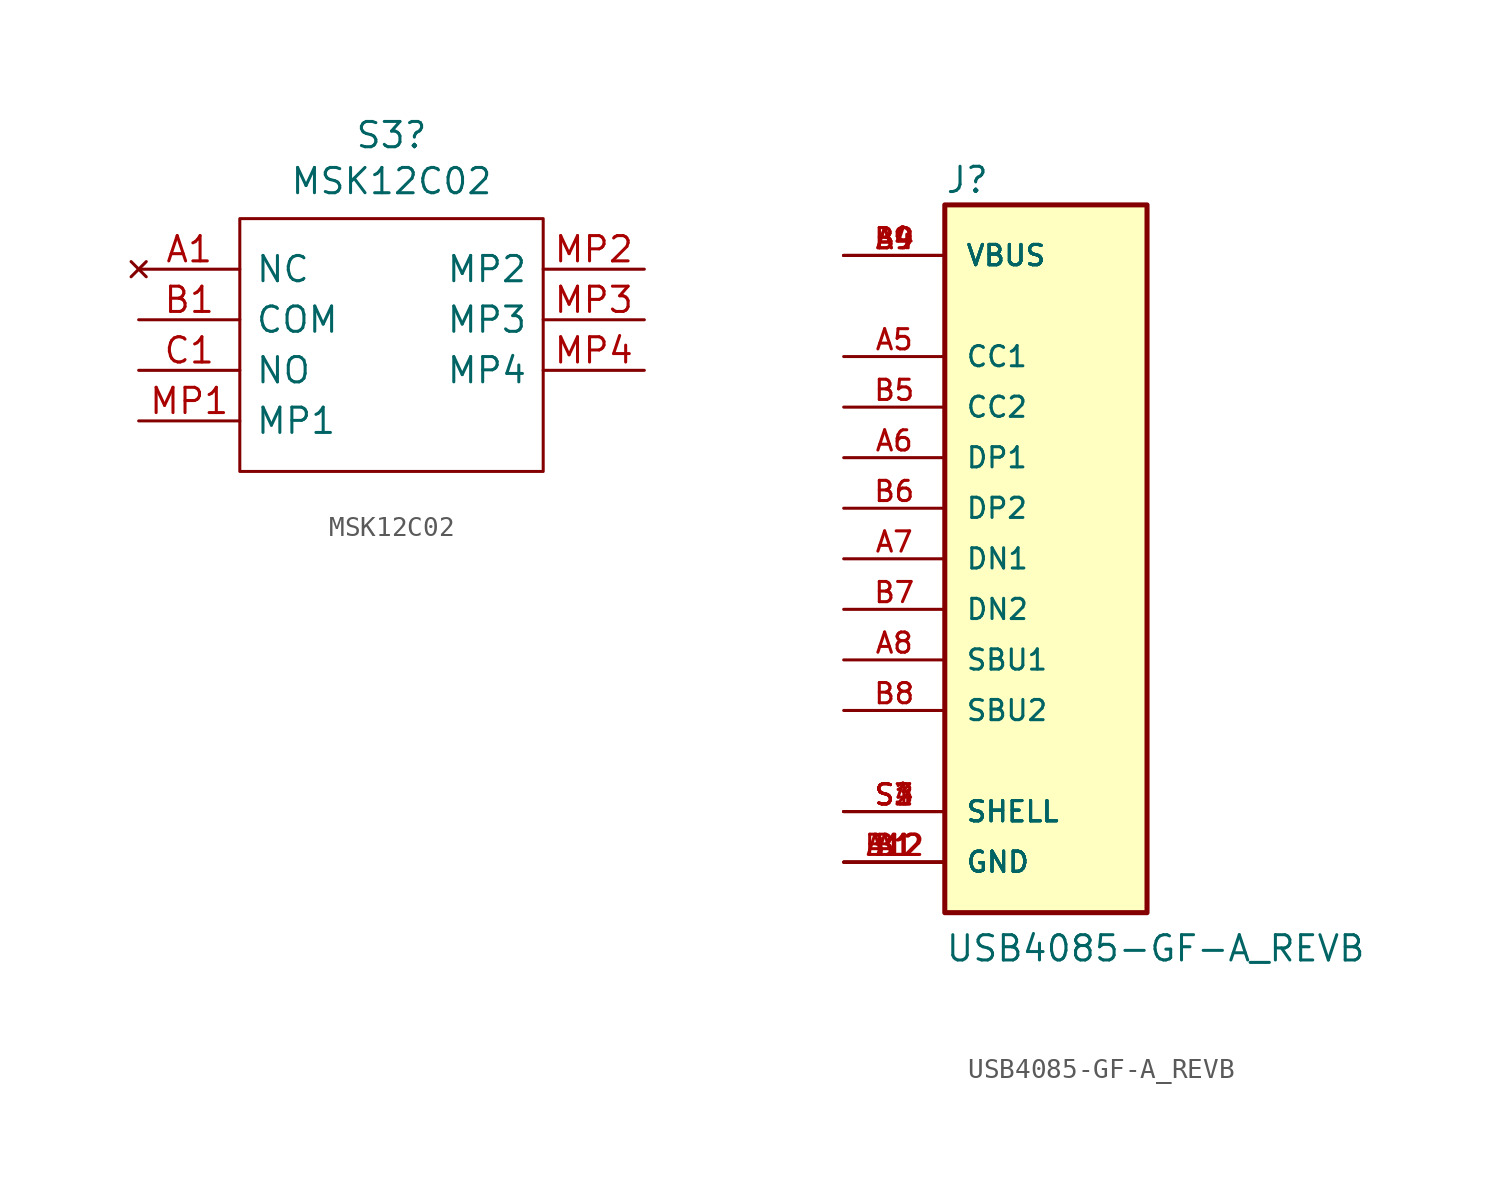
<source format=kicad_sym>
(kicad_symbol_lib
  (version 20220914)
  (generator kicad_symbol_editor)
  (symbol "MSK12C02"
    (pin_names
      (offset 0.762))
    (property "Reference" "S3"
      (at 12.7 6.731 0)
      (effects (font (size 1.27 1.27))))
    (property "Value" "MSK12C02"
      (at 12.7 4.42 0)
      (effects (font (size 1.27 1.27))))
    (symbol "MSK12C02_0_0"
      (pin no_connect line (at 0 0 0) (length 5.08) (name "NC" (effects (font (size 1.27 1.27)))) (number "A1" (effects (font (size 1.27 1.27)))))
      (pin passive line (at 0 -2.54 0) (length 5.08) (name "COM" (effects (font (size 1.27 1.27)))) (number "B1" (effects (font (size 1.27 1.27)))))
      (pin passive line (at 0 -5.08 0) (length 5.08) (name "NO" (effects (font (size 1.27 1.27)))) (number "C1" (effects (font (size 1.27 1.27)))))
      (pin passive line (at 0 -7.62 0) (length 5.08) (name "MP1" (effects (font (size 1.27 1.27)))) (number "MP1" (effects (font (size 1.27 1.27)))))
      (pin passive line (at 25.4 0 180) (length 5.08) (name "MP2" (effects (font (size 1.27 1.27)))) (number "MP2" (effects (font (size 1.27 1.27)))))
      (pin passive line (at 25.4 -2.54 180) (length 5.08) (name "MP3" (effects (font (size 1.27 1.27)))) (number "MP3" (effects (font (size 1.27 1.27)))))
      (pin passive line (at 25.4 -5.08 180) (length 5.08) (name "MP4" (effects (font (size 1.27 1.27)))) (number "MP4" (effects (font (size 1.27 1.27))))))
    (symbol "MSK12C02_0_1"
      (polyline (pts (xy 5.08 2.54) (xy 20.32 2.54) (xy 20.32 -10.16) (xy 5.08 -10.16) (xy 5.08 2.54)) (stroke (width 0.152) (type default)) (fill (type none)))))
  (symbol "USB4085-GF-A_REVB"
    (pin_names
      (offset 1.016))
    (property "Reference" "J"
      (at -5.08 18.288 0)
      (effects (font (size 1.27 1.27)) (justify left bottom)))
    (property "Value" "USB4085-GF-A_REVB"
      (at -5.08 -20.32 0)
      (effects (font (size 1.27 1.27)) (justify left bottom)))
    (symbol "USB4085-GF-A_REVB_0_0"
      (rectangle (start -5.08 -17.78) (end 5.08 17.78) (stroke (width 0.254) (type default)) (fill (type background)))
      (pin power_in line (at -10.16 -15.24 0) (length 5.08) (name "GND" (effects (font (size 1.016 1.016)))) (number "A1" (effects (font (size 1.016 1.016)))))
      (pin power_in line (at -10.16 -15.24 0) (length 5.08) (name "GND" (effects (font (size 1.016 1.016)))) (number "A12" (effects (font (size 1.016 1.016)))))
      (pin power_in line (at -10.16 15.24 0) (length 5.08) (name "VBUS" (effects (font (size 1.016 1.016)))) (number "A4" (effects (font (size 1.016 1.016)))))
      (pin bidirectional line (at -10.16 10.16 0) (length 5.08) (name "CC1" (effects (font (size 1.016 1.016)))) (number "A5" (effects (font (size 1.016 1.016)))))
      (pin bidirectional line (at -10.16 5.08 0) (length 5.08) (name "DP1" (effects (font (size 1.016 1.016)))) (number "A6" (effects (font (size 1.016 1.016)))))
      (pin bidirectional line (at -10.16 0 0) (length 5.08) (name "DN1" (effects (font (size 1.016 1.016)))) (number "A7" (effects (font (size 1.016 1.016)))))
      (pin bidirectional line (at -10.16 -5.08 0) (length 5.08) (name "SBU1" (effects (font (size 1.016 1.016)))) (number "A8" (effects (font (size 1.016 1.016)))))
      (pin power_in line (at -10.16 15.24 0) (length 5.08) (name "VBUS" (effects (font (size 1.016 1.016)))) (number "A9" (effects (font (size 1.016 1.016)))))
      (pin power_in line (at -10.16 -15.24 0) (length 5.08) (name "GND" (effects (font (size 1.016 1.016)))) (number "B1" (effects (font (size 1.016 1.016)))))
      (pin power_in line (at -10.16 -15.24 0) (length 5.08) (name "GND" (effects (font (size 1.016 1.016)))) (number "B12" (effects (font (size 1.016 1.016)))))
      (pin power_in line (at -10.16 15.24 0) (length 5.08) (name "VBUS" (effects (font (size 1.016 1.016)))) (number "B4" (effects (font (size 1.016 1.016)))))
      (pin bidirectional line (at -10.16 7.62 0) (length 5.08) (name "CC2" (effects (font (size 1.016 1.016)))) (number "B5" (effects (font (size 1.016 1.016)))))
      (pin bidirectional line (at -10.16 2.54 0) (length 5.08) (name "DP2" (effects (font (size 1.016 1.016)))) (number "B6" (effects (font (size 1.016 1.016)))))
      (pin bidirectional line (at -10.16 -2.54 0) (length 5.08) (name "DN2" (effects (font (size 1.016 1.016)))) (number "B7" (effects (font (size 1.016 1.016)))))
      (pin bidirectional line (at -10.16 -7.62 0) (length 5.08) (name "SBU2" (effects (font (size 1.016 1.016)))) (number "B8" (effects (font (size 1.016 1.016)))))
      (pin power_in line (at -10.16 15.24 0) (length 5.08) (name "VBUS" (effects (font (size 1.016 1.016)))) (number "B9" (effects (font (size 1.016 1.016)))))
      (pin passive line (at -10.16 -12.7 0) (length 5.08) (name "SHELL" (effects (font (size 1.016 1.016)))) (number "S1" (effects (font (size 1.016 1.016)))))
      (pin passive line (at -10.16 -12.7 0) (length 5.08) (name "SHELL" (effects (font (size 1.016 1.016)))) (number "S2" (effects (font (size 1.016 1.016)))))
      (pin passive line (at -10.16 -12.7 0) (length 5.08) (name "SHELL" (effects (font (size 1.016 1.016)))) (number "S3" (effects (font (size 1.016 1.016)))))
      (pin passive line (at -10.16 -12.7 0) (length 5.08) (name "SHELL" (effects (font (size 1.016 1.016)))) (number "S4" (effects (font (size 1.016 1.016))))))))
</source>
